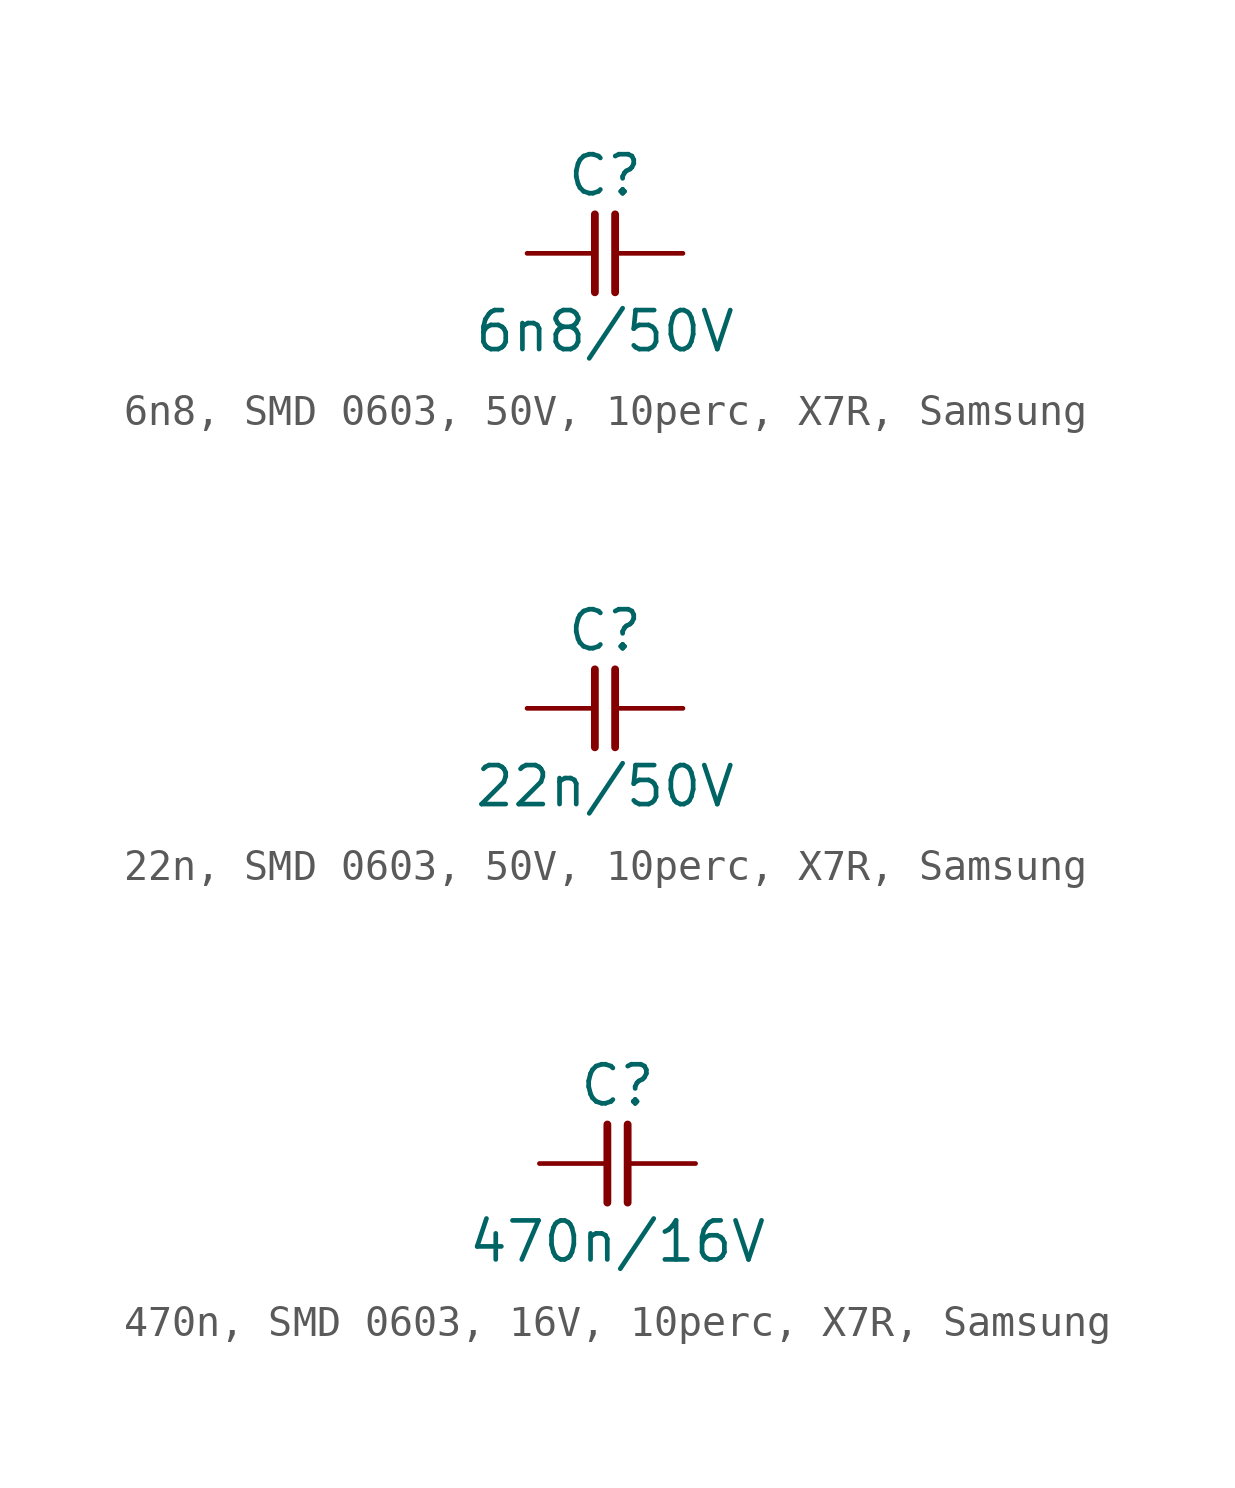
<source format=kicad_sym>
(kicad_symbol_lib
  (version 20241209)
  (generator "kicad_symbol_editor")
  (generator_version "9.0")
  (symbol "6n8, SMD 0603, 50V, 10perc, X7R, Samsung"
    (pin_numbers
      (hide yes))
    (pin_names
      (offset 0)
      (hide yes))
    (property "Reference" "C"
      (at 0 2.54 0)
      (effects (font (size 1.27 1.27))))
    (property "Value" "6n8/50V"
      (at 0 -2.54 0)
      (effects (font (size 1.27 1.27))))
    (symbol "6n8, SMD 0603, 50V, 10perc, X7R, Samsung_0_1"
      (polyline (pts (xy -0.33 1.27) (xy -0.33 -1.27)) (stroke (width 0.254) (type default)) (fill (type none)))
      (polyline (pts (xy 0.33 1.27) (xy 0.33 -1.27)) (stroke (width 0.254) (type default)) (fill (type none))))
    (symbol "6n8, SMD 0603, 50V, 10perc, X7R, Samsung_1_1"
      (pin passive line (at -2.54 0 0) (length 2.21) (name "1" (effects (font (size 1.27 1.27)))) (number "1" (effects (font (size 1.27 1.27)))))
      (pin passive line (at 2.54 0 180) (length 2.21) (name "2" (effects (font (size 1.27 1.27)))) (number "2" (effects (font (size 1.27 1.27)))))))
  (symbol "22n, SMD 0603, 50V, 10perc, X7R, Samsung"
    (pin_numbers
      (hide yes))
    (pin_names
      (offset 0)
      (hide yes))
    (property "Reference" "C"
      (at 0 2.54 0)
      (effects (font (size 1.27 1.27))))
    (property "Value" "22n/50V"
      (at 0 -2.54 0)
      (effects (font (size 1.27 1.27))))
    (symbol "22n, SMD 0603, 50V, 10perc, X7R, Samsung_0_1"
      (polyline (pts (xy -0.33 1.27) (xy -0.33 -1.27)) (stroke (width 0.254) (type default)) (fill (type none)))
      (polyline (pts (xy 0.33 1.27) (xy 0.33 -1.27)) (stroke (width 0.254) (type default)) (fill (type none))))
    (symbol "22n, SMD 0603, 50V, 10perc, X7R, Samsung_1_1"
      (pin passive line (at -2.54 0 0) (length 2.21) (name "1" (effects (font (size 1.27 1.27)))) (number "1" (effects (font (size 1.27 1.27)))))
      (pin passive line (at 2.54 0 180) (length 2.21) (name "2" (effects (font (size 1.27 1.27)))) (number "2" (effects (font (size 1.27 1.27)))))))
  (symbol "470n, SMD 0603, 16V, 10perc, X7R, Samsung"
    (pin_numbers
      (hide yes))
    (pin_names
      (offset 0)
      (hide yes))
    (property "Reference" "C"
      (at 0 2.54 0)
      (effects (font (size 1.27 1.27))))
    (property "Value" "470n/16V"
      (at 0 -2.54 0)
      (effects (font (size 1.27 1.27))))
    (symbol "470n, SMD 0603, 16V, 10perc, X7R, Samsung_0_1"
      (polyline (pts (xy -0.33 1.27) (xy -0.33 -1.27)) (stroke (width 0.254) (type default)) (fill (type none)))
      (polyline (pts (xy 0.33 1.27) (xy 0.33 -1.27)) (stroke (width 0.254) (type default)) (fill (type none))))
    (symbol "470n, SMD 0603, 16V, 10perc, X7R, Samsung_1_1"
      (pin passive line (at -2.54 0 0) (length 2.21) (name "1" (effects (font (size 1.27 1.27)))) (number "1" (effects (font (size 1.27 1.27)))))
      (pin passive line (at 2.54 0 180) (length 2.21) (name "2" (effects (font (size 1.27 1.27)))) (number "2" (effects (font (size 1.27 1.27))))))))
</source>
